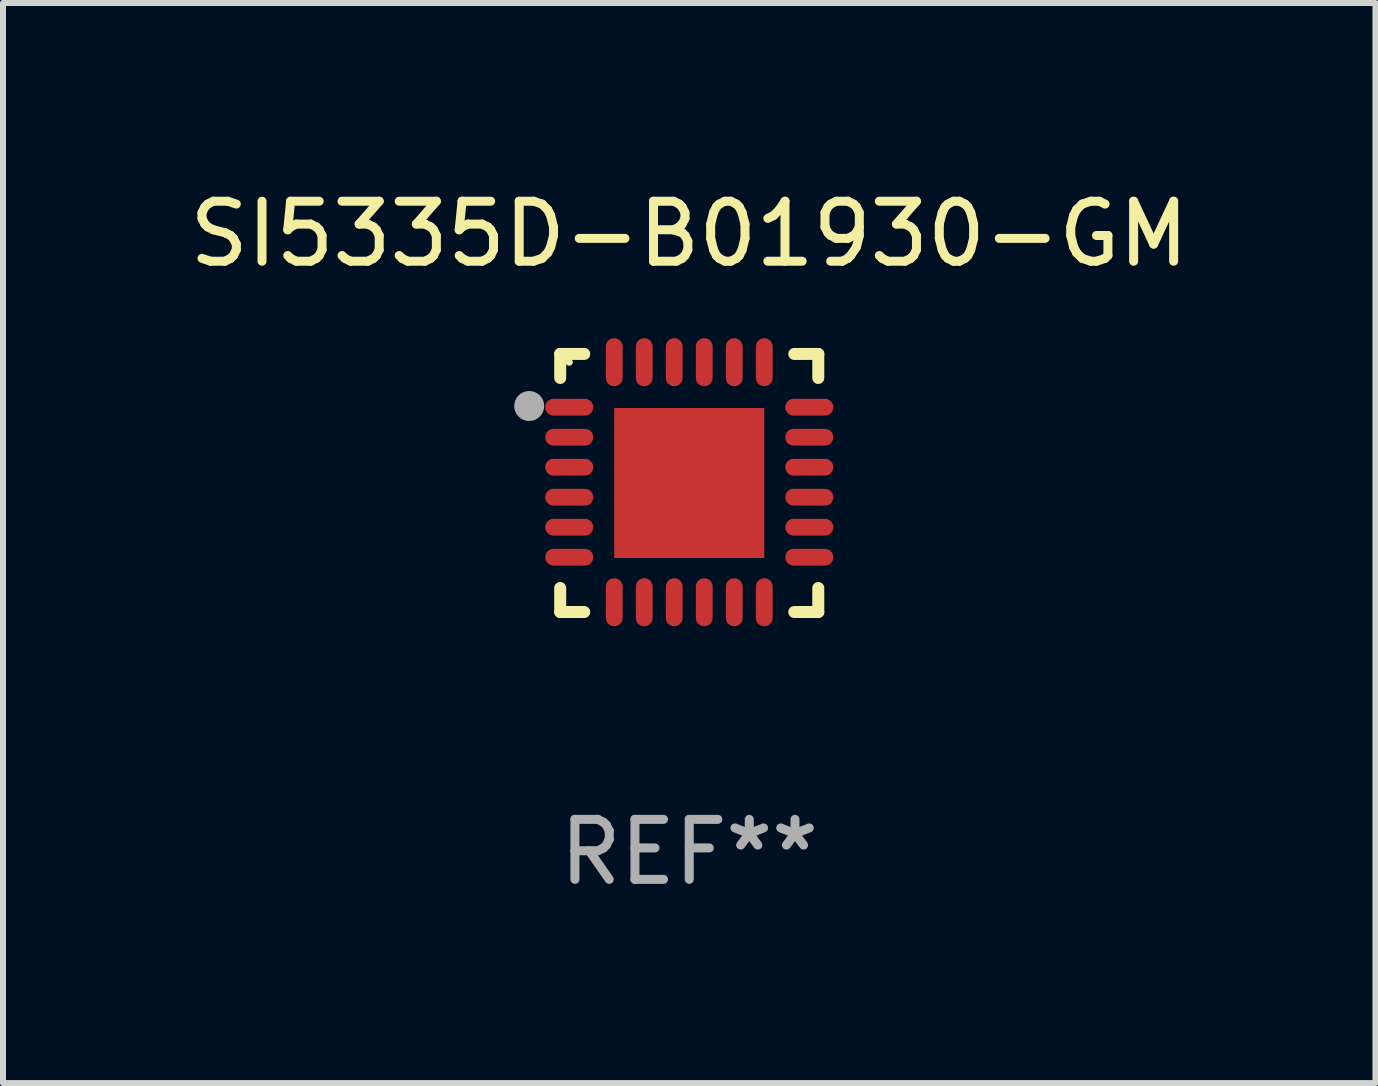
<source format=kicad_pcb>
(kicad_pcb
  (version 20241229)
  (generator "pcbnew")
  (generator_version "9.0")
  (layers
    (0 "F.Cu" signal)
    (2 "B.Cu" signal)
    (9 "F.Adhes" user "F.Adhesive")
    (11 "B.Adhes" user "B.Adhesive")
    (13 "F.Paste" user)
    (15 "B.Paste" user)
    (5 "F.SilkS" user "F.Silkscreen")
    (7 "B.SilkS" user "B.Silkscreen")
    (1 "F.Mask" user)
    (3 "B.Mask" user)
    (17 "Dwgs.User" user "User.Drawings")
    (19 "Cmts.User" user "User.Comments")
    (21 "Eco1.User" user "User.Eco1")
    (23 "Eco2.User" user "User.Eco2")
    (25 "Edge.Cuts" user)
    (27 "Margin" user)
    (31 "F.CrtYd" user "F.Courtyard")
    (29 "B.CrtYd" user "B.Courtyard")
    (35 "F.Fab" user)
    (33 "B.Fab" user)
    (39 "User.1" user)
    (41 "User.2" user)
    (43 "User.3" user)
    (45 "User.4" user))
  (footprint "SI5335D-B01930-GM"
    (layer "F.Cu")
    (at 8.435 4.998)
    (property "Reference" "SI5335D-B01930-GM" (at 0 -4.15 0) (layer "F.SilkS") (effects (font (size 1 1) (thickness 0.15))))
    (attr through_hole)
    (fp_line (start -2.15 -2.15) (end -1.75 -2.15) (stroke (width 0.2) (type solid)) (layer "F.SilkS"))
    (fp_line (start -2.15 -1.75) (end -2.15 -2.15) (stroke (width 0.2) (type solid)) (layer "F.SilkS"))
    (fp_line (start -2.15 2.15) (end -2.15 1.75) (stroke (width 0.2) (type solid)) (layer "F.SilkS"))
    (fp_line (start -1.75 2.15) (end -2.15 2.15) (stroke (width 0.2) (type solid)) (layer "F.SilkS"))
    (fp_line (start 1.75 -2.15) (end 2.15 -2.15) (stroke (width 0.2) (type solid)) (layer "F.SilkS"))
    (fp_line (start 1.75 2.15) (end 2.15 2.15) (stroke (width 0.2) (type solid)) (layer "F.SilkS"))
    (fp_line (start 2.15 -2.15) (end 2.15 -1.75) (stroke (width 0.2) (type solid)) (layer "F.SilkS"))
    (fp_line (start 2.15 2.15) (end 2.15 1.75) (stroke (width 0.2) (type solid)) (layer "F.SilkS"))
    (fp_circle (center -2 -2.013) (end -1.97 -2.013) (stroke (width 0.06) (type solid)) (fill no) (layer "F.SilkS"))
    (fp_circle (center -2.667 -1.283) (end -2.542 -1.283) (stroke (width 0.25) (type solid)) (fill no) (layer "F.Fab"))
    (fp_text user "REF**" (at 0 6.15 0) (layer "F.Fab") (effects (font (size 1 1) (thickness 0.15))))
    (pad "1" smd oval (at -2 -1.263) (size 0.8 0.28) (layers "F.Cu" "F.Mask" "F.Paste"))
    (pad "2" smd oval (at -2 -0.763) (size 0.8 0.28) (layers "F.Cu" "F.Mask" "F.Paste"))
    (pad "3" smd oval (at -2 -0.263) (size 0.8 0.28) (layers "F.Cu" "F.Mask" "F.Paste"))
    (pad "4" smd oval (at -2 0.237) (size 0.8 0.28) (layers "F.Cu" "F.Mask" "F.Paste"))
    (pad "5" smd oval (at -2 0.737) (size 0.8 0.28) (layers "F.Cu" "F.Mask" "F.Paste"))
    (pad "6" smd oval (at -2 1.237) (size 0.8 0.28) (layers "F.Cu" "F.Mask" "F.Paste"))
    (pad "7" smd oval (at -1.25 1.987) (size 0.28 0.8) (layers "F.Cu" "F.Mask" "F.Paste"))
    (pad "8" smd oval (at -0.75 1.987) (size 0.28 0.8) (layers "F.Cu" "F.Mask" "F.Paste"))
    (pad "9" smd oval (at -0.25 1.987) (size 0.28 0.8) (layers "F.Cu" "F.Mask" "F.Paste"))
    (pad "10" smd oval (at 0.25 1.987) (size 0.28 0.8) (layers "F.Cu" "F.Mask" "F.Paste"))
    (pad "11" smd oval (at 0.75 1.987) (size 0.28 0.8) (layers "F.Cu" "F.Mask" "F.Paste"))
    (pad "12" smd oval (at 1.25 1.987) (size 0.28 0.8) (layers "F.Cu" "F.Mask" "F.Paste"))
    (pad "13" smd oval (at 2 1.237) (size 0.8 0.28) (layers "F.Cu" "F.Mask" "F.Paste"))
    (pad "14" smd oval (at 2 0.737) (size 0.8 0.28) (layers "F.Cu" "F.Mask" "F.Paste"))
    (pad "15" smd oval (at 2 0.237) (size 0.8 0.28) (layers "F.Cu" "F.Mask" "F.Paste"))
    (pad "16" smd oval (at 2 -0.263) (size 0.8 0.28) (layers "F.Cu" "F.Mask" "F.Paste"))
    (pad "17" smd oval (at 2 -0.763) (size 0.8 0.28) (layers "F.Cu" "F.Mask" "F.Paste"))
    (pad "18" smd oval (at 2 -1.263) (size 0.8 0.28) (layers "F.Cu" "F.Mask" "F.Paste"))
    (pad "19" smd oval (at 1.25 -2.013) (size 0.28 0.8) (layers "F.Cu" "F.Mask" "F.Paste"))
    (pad "20" smd oval (at 0.75 -2.013) (size 0.28 0.8) (layers "F.Cu" "F.Mask" "F.Paste"))
    (pad "21" smd oval (at 0.25 -2.013) (size 0.28 0.8) (layers "F.Cu" "F.Mask" "F.Paste"))
    (pad "22" smd oval (at -0.25 -2.013) (size 0.28 0.8) (layers "F.Cu" "F.Mask" "F.Paste"))
    (pad "23" smd oval (at -0.75 -2.013) (size 0.28 0.8) (layers "F.Cu" "F.Mask" "F.Paste"))
    (pad "24" smd oval (at -1.25 -2.013) (size 0.28 0.8) (layers "F.Cu" "F.Mask" "F.Paste"))
    (pad "25" smd rect (at -0.000127 -0.00014) (size 2.5 2.5) (layers "F.Cu" "F.Mask" "F.Paste")))
  (gr_rect
    (start -3 -3)
    (end 19.869 14.997)
    (stroke (width 0.1) (type default))
    (fill no)
    (layer "Edge.Cuts")))
</source>
